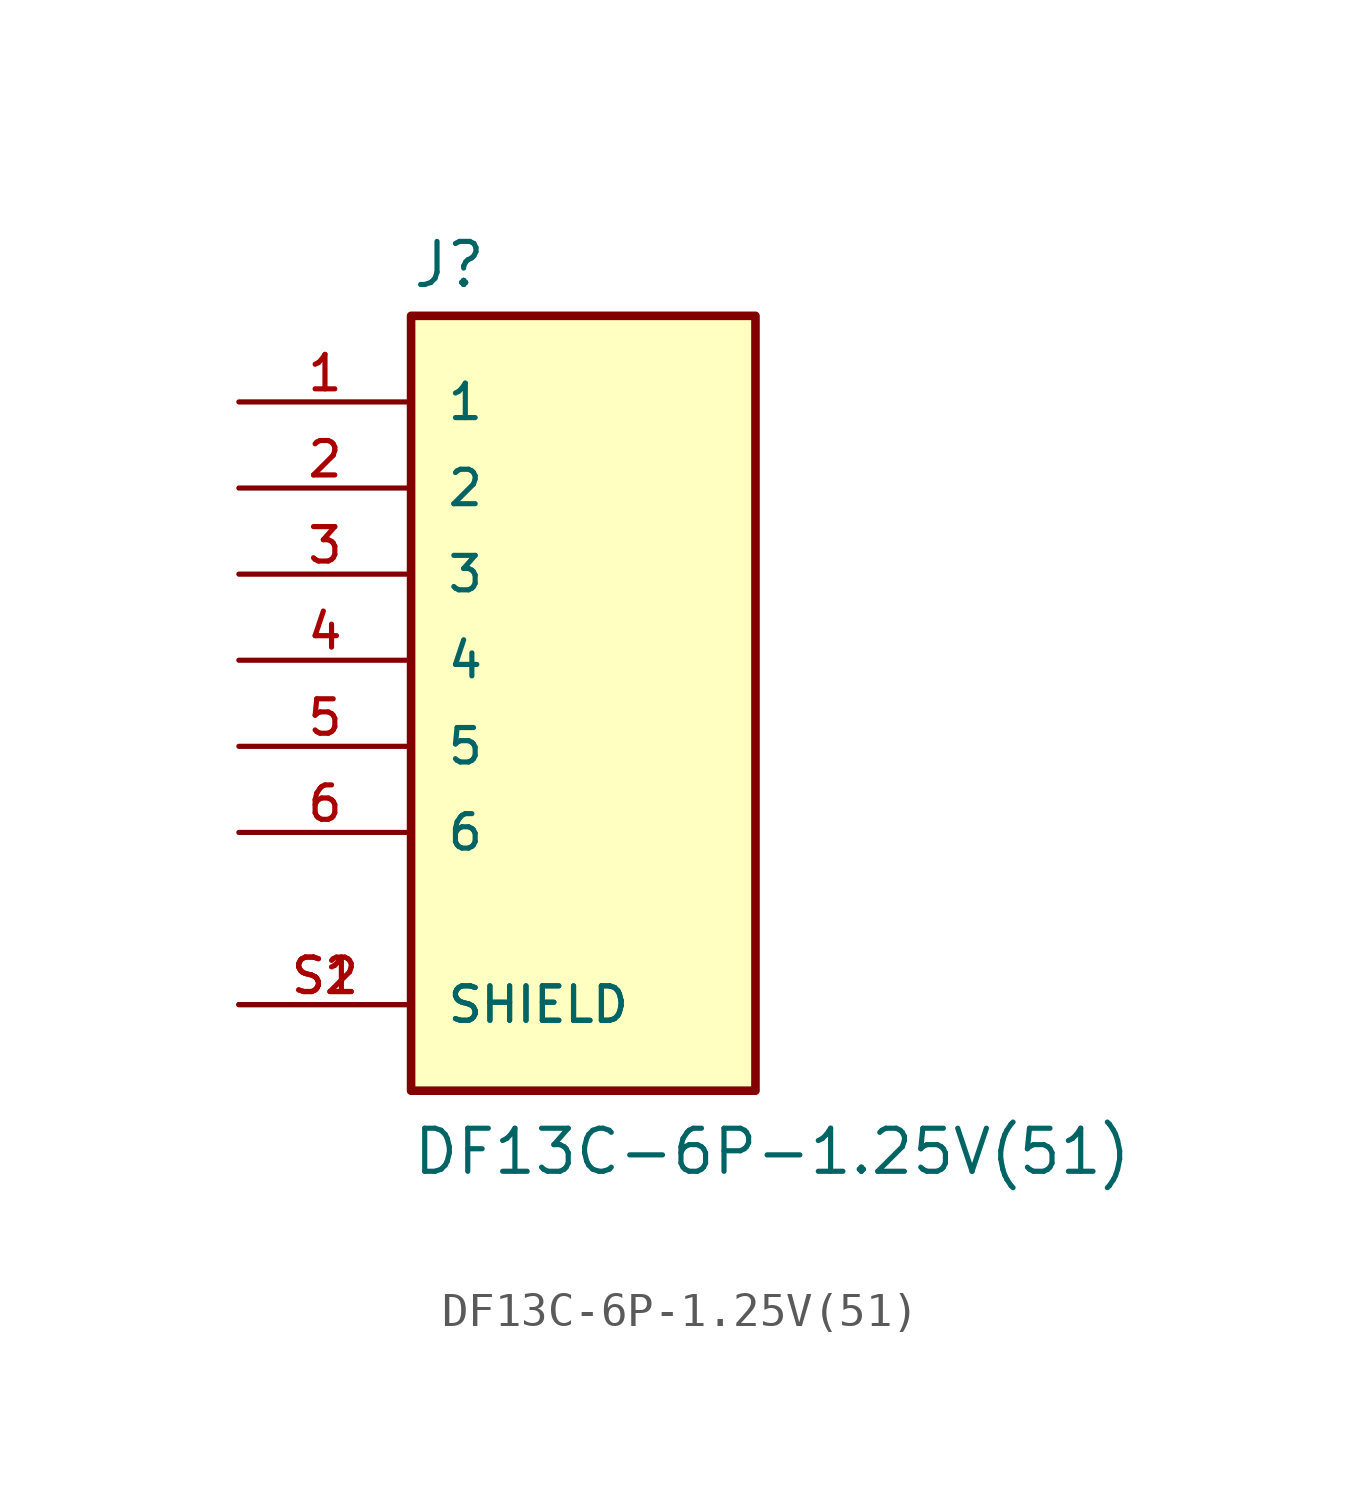
<source format=kicad_sym>
(kicad_symbol_lib
  (version 20211014)
  (generator kicad_symbol_editor)
  (symbol "DF13C-6P-1.25V(51)"
    (pin_names
      (offset 1.016))
    (property "Reference" "J"
      (at -5.08 13.462 0)
      (effects (font (size 1.27 1.27)) (justify bottom left)))
    (property "Value" "DF13C-6P-1.25V(51)"
      (at -5.08 -12.7 0)
      (effects (font (size 1.27 1.27)) (justify bottom left)))
    (symbol "DF13C-6P-1.25V(51)_0_0"
      (rectangle (start -5.08 -10.16) (end 5.08 12.7) (stroke (width 0.254)) (fill (type background)))
      (pin passive line (at -10.16 10.16 0) (length 5.08) (name "1" (effects (font (size 1.016 1.016)))) (number "1" (effects (font (size 1.016 1.016)))))
      (pin passive line (at -10.16 7.62 0) (length 5.08) (name "2" (effects (font (size 1.016 1.016)))) (number "2" (effects (font (size 1.016 1.016)))))
      (pin passive line (at -10.16 5.08 0) (length 5.08) (name "3" (effects (font (size 1.016 1.016)))) (number "3" (effects (font (size 1.016 1.016)))))
      (pin passive line (at -10.16 2.54 0) (length 5.08) (name "4" (effects (font (size 1.016 1.016)))) (number "4" (effects (font (size 1.016 1.016)))))
      (pin passive line (at -10.16 0.0 0) (length 5.08) (name "5" (effects (font (size 1.016 1.016)))) (number "5" (effects (font (size 1.016 1.016)))))
      (pin passive line (at -10.16 -2.54 0) (length 5.08) (name "6" (effects (font (size 1.016 1.016)))) (number "6" (effects (font (size 1.016 1.016)))))
      (pin passive line (at -10.16 -7.62 0) (length 5.08) (name "SHIELD" (effects (font (size 1.016 1.016)))) (number "S1" (effects (font (size 1.016 1.016)))))
      (pin passive line (at -10.16 -7.62 0) (length 5.08) (name "SHIELD" (effects (font (size 1.016 1.016)))) (number "S2" (effects (font (size 1.016 1.016))))))))
</source>
